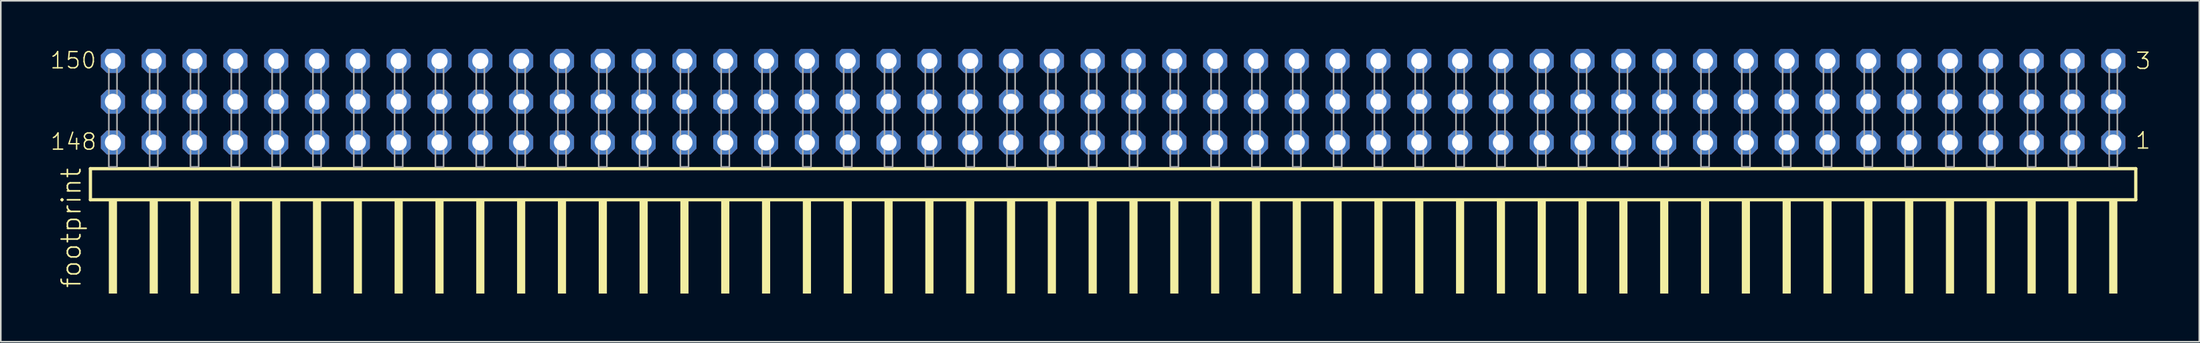
<source format=kicad_pcb>
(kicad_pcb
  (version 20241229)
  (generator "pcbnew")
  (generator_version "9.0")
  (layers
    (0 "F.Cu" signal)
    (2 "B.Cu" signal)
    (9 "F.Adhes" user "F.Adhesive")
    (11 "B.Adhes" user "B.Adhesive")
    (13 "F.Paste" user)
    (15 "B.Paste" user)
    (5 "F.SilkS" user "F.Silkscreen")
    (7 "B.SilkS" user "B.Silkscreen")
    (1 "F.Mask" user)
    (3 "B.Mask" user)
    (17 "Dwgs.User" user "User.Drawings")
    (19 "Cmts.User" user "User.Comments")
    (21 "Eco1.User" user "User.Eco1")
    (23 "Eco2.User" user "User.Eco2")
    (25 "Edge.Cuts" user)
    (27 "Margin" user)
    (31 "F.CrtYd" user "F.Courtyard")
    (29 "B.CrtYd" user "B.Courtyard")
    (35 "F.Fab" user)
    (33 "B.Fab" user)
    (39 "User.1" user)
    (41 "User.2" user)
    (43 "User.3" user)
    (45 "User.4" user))
  (footprint "footprint"
    (layer "F.Cu")
    (at 66.205 7.354)
    (property "Reference" "footprint" (at -64.135 7.62 90) (layer "F.SilkS") (effects (font (size 1.168 1.168) (thickness 0.102)) (justify left bottom)))
    (fp_line (start -63.629 0.106) (end -63.629 2.046) (stroke (width 0.203) (type solid)) (layer "F.SilkS"))
    (fp_line (start -63.629 2.046) (end 63.629 2.046) (stroke (width 0.203) (type solid)) (layer "F.SilkS"))
    (fp_line (start 63.629 0.106) (end -63.629 0.106) (stroke (width 0.203) (type solid)) (layer "F.SilkS"))
    (fp_line (start 63.629 2.046) (end 63.629 0.106) (stroke (width 0.203) (type solid)) (layer "F.SilkS"))
    (fp_poly (pts (xy -62.484 7.89) (xy -61.976 7.89) (xy -61.976 2.04) (xy -62.484 2.04)) (stroke (width 0) (type solid)) (fill yes) (layer "F.SilkS"))
    (fp_poly (pts (xy -59.944 7.89) (xy -59.436 7.89) (xy -59.436 2.04) (xy -59.944 2.04)) (stroke (width 0) (type solid)) (fill yes) (layer "F.SilkS"))
    (fp_poly (pts (xy -57.404 7.89) (xy -56.896 7.89) (xy -56.896 2.04) (xy -57.404 2.04)) (stroke (width 0) (type solid)) (fill yes) (layer "F.SilkS"))
    (fp_poly (pts (xy -54.864 7.89) (xy -54.356 7.89) (xy -54.356 2.04) (xy -54.864 2.04)) (stroke (width 0) (type solid)) (fill yes) (layer "F.SilkS"))
    (fp_poly (pts (xy -52.324 7.89) (xy -51.816 7.89) (xy -51.816 2.04) (xy -52.324 2.04)) (stroke (width 0) (type solid)) (fill yes) (layer "F.SilkS"))
    (fp_poly (pts (xy -49.784 7.89) (xy -49.276 7.89) (xy -49.276 2.04) (xy -49.784 2.04)) (stroke (width 0) (type solid)) (fill yes) (layer "F.SilkS"))
    (fp_poly (pts (xy -47.244 7.89) (xy -46.736 7.89) (xy -46.736 2.04) (xy -47.244 2.04)) (stroke (width 0) (type solid)) (fill yes) (layer "F.SilkS"))
    (fp_poly (pts (xy -44.704 7.89) (xy -44.196 7.89) (xy -44.196 2.04) (xy -44.704 2.04)) (stroke (width 0) (type solid)) (fill yes) (layer "F.SilkS"))
    (fp_poly (pts (xy -42.164 7.89) (xy -41.656 7.89) (xy -41.656 2.04) (xy -42.164 2.04)) (stroke (width 0) (type solid)) (fill yes) (layer "F.SilkS"))
    (fp_poly (pts (xy -39.624 7.89) (xy -39.116 7.89) (xy -39.116 2.04) (xy -39.624 2.04)) (stroke (width 0) (type solid)) (fill yes) (layer "F.SilkS"))
    (fp_poly (pts (xy -37.084 7.89) (xy -36.576 7.89) (xy -36.576 2.04) (xy -37.084 2.04)) (stroke (width 0) (type solid)) (fill yes) (layer "F.SilkS"))
    (fp_poly (pts (xy -34.544 7.89) (xy -34.036 7.89) (xy -34.036 2.04) (xy -34.544 2.04)) (stroke (width 0) (type solid)) (fill yes) (layer "F.SilkS"))
    (fp_poly (pts (xy -32.004 7.89) (xy -31.496 7.89) (xy -31.496 2.04) (xy -32.004 2.04)) (stroke (width 0) (type solid)) (fill yes) (layer "F.SilkS"))
    (fp_poly (pts (xy -29.464 7.89) (xy -28.956 7.89) (xy -28.956 2.04) (xy -29.464 2.04)) (stroke (width 0) (type solid)) (fill yes) (layer "F.SilkS"))
    (fp_poly (pts (xy -26.924 7.89) (xy -26.416 7.89) (xy -26.416 2.04) (xy -26.924 2.04)) (stroke (width 0) (type solid)) (fill yes) (layer "F.SilkS"))
    (fp_poly (pts (xy -24.384 7.89) (xy -23.876 7.89) (xy -23.876 2.04) (xy -24.384 2.04)) (stroke (width 0) (type solid)) (fill yes) (layer "F.SilkS"))
    (fp_poly (pts (xy -21.844 7.89) (xy -21.336 7.89) (xy -21.336 2.04) (xy -21.844 2.04)) (stroke (width 0) (type solid)) (fill yes) (layer "F.SilkS"))
    (fp_poly (pts (xy -19.304 7.89) (xy -18.796 7.89) (xy -18.796 2.04) (xy -19.304 2.04)) (stroke (width 0) (type solid)) (fill yes) (layer "F.SilkS"))
    (fp_poly (pts (xy -16.764 7.89) (xy -16.256 7.89) (xy -16.256 2.04) (xy -16.764 2.04)) (stroke (width 0) (type solid)) (fill yes) (layer "F.SilkS"))
    (fp_poly (pts (xy -14.224 7.89) (xy -13.716 7.89) (xy -13.716 2.04) (xy -14.224 2.04)) (stroke (width 0) (type solid)) (fill yes) (layer "F.SilkS"))
    (fp_poly (pts (xy -11.684 7.89) (xy -11.176 7.89) (xy -11.176 2.04) (xy -11.684 2.04)) (stroke (width 0) (type solid)) (fill yes) (layer "F.SilkS"))
    (fp_poly (pts (xy -9.144 7.89) (xy -8.636 7.89) (xy -8.636 2.04) (xy -9.144 2.04)) (stroke (width 0) (type solid)) (fill yes) (layer "F.SilkS"))
    (fp_poly (pts (xy -6.604 7.89) (xy -6.096 7.89) (xy -6.096 2.04) (xy -6.604 2.04)) (stroke (width 0) (type solid)) (fill yes) (layer "F.SilkS"))
    (fp_poly (pts (xy -4.064 7.89) (xy -3.556 7.89) (xy -3.556 2.04) (xy -4.064 2.04)) (stroke (width 0) (type solid)) (fill yes) (layer "F.SilkS"))
    (fp_poly (pts (xy -1.524 7.89) (xy -1.016 7.89) (xy -1.016 2.04) (xy -1.524 2.04)) (stroke (width 0) (type solid)) (fill yes) (layer "F.SilkS"))
    (fp_poly (pts (xy 1.016 7.89) (xy 1.524 7.89) (xy 1.524 2.04) (xy 1.016 2.04)) (stroke (width 0) (type solid)) (fill yes) (layer "F.SilkS"))
    (fp_poly (pts (xy 3.556 7.89) (xy 4.064 7.89) (xy 4.064 2.04) (xy 3.556 2.04)) (stroke (width 0) (type solid)) (fill yes) (layer "F.SilkS"))
    (fp_poly (pts (xy 6.096 7.89) (xy 6.604 7.89) (xy 6.604 2.04) (xy 6.096 2.04)) (stroke (width 0) (type solid)) (fill yes) (layer "F.SilkS"))
    (fp_poly (pts (xy 8.636 7.89) (xy 9.144 7.89) (xy 9.144 2.04) (xy 8.636 2.04)) (stroke (width 0) (type solid)) (fill yes) (layer "F.SilkS"))
    (fp_poly (pts (xy 11.176 7.89) (xy 11.684 7.89) (xy 11.684 2.04) (xy 11.176 2.04)) (stroke (width 0) (type solid)) (fill yes) (layer "F.SilkS"))
    (fp_poly (pts (xy 13.716 7.89) (xy 14.224 7.89) (xy 14.224 2.04) (xy 13.716 2.04)) (stroke (width 0) (type solid)) (fill yes) (layer "F.SilkS"))
    (fp_poly (pts (xy 16.256 7.89) (xy 16.764 7.89) (xy 16.764 2.04) (xy 16.256 2.04)) (stroke (width 0) (type solid)) (fill yes) (layer "F.SilkS"))
    (fp_poly (pts (xy 18.796 7.89) (xy 19.304 7.89) (xy 19.304 2.04) (xy 18.796 2.04)) (stroke (width 0) (type solid)) (fill yes) (layer "F.SilkS"))
    (fp_poly (pts (xy 21.336 7.89) (xy 21.844 7.89) (xy 21.844 2.04) (xy 21.336 2.04)) (stroke (width 0) (type solid)) (fill yes) (layer "F.SilkS"))
    (fp_poly (pts (xy 23.876 7.89) (xy 24.384 7.89) (xy 24.384 2.04) (xy 23.876 2.04)) (stroke (width 0) (type solid)) (fill yes) (layer "F.SilkS"))
    (fp_poly (pts (xy 26.416 7.89) (xy 26.924 7.89) (xy 26.924 2.04) (xy 26.416 2.04)) (stroke (width 0) (type solid)) (fill yes) (layer "F.SilkS"))
    (fp_poly (pts (xy 28.956 7.89) (xy 29.464 7.89) (xy 29.464 2.04) (xy 28.956 2.04)) (stroke (width 0) (type solid)) (fill yes) (layer "F.SilkS"))
    (fp_poly (pts (xy 31.496 7.89) (xy 32.004 7.89) (xy 32.004 2.04) (xy 31.496 2.04)) (stroke (width 0) (type solid)) (fill yes) (layer "F.SilkS"))
    (fp_poly (pts (xy 34.036 7.89) (xy 34.544 7.89) (xy 34.544 2.04) (xy 34.036 2.04)) (stroke (width 0) (type solid)) (fill yes) (layer "F.SilkS"))
    (fp_poly (pts (xy 36.576 7.89) (xy 37.084 7.89) (xy 37.084 2.04) (xy 36.576 2.04)) (stroke (width 0) (type solid)) (fill yes) (layer "F.SilkS"))
    (fp_poly (pts (xy 39.116 7.89) (xy 39.624 7.89) (xy 39.624 2.04) (xy 39.116 2.04)) (stroke (width 0) (type solid)) (fill yes) (layer "F.SilkS"))
    (fp_poly (pts (xy 41.656 7.89) (xy 42.164 7.89) (xy 42.164 2.04) (xy 41.656 2.04)) (stroke (width 0) (type solid)) (fill yes) (layer "F.SilkS"))
    (fp_poly (pts (xy 44.196 7.89) (xy 44.704 7.89) (xy 44.704 2.04) (xy 44.196 2.04)) (stroke (width 0) (type solid)) (fill yes) (layer "F.SilkS"))
    (fp_poly (pts (xy 46.736 7.89) (xy 47.244 7.89) (xy 47.244 2.04) (xy 46.736 2.04)) (stroke (width 0) (type solid)) (fill yes) (layer "F.SilkS"))
    (fp_poly (pts (xy 49.276 7.89) (xy 49.784 7.89) (xy 49.784 2.04) (xy 49.276 2.04)) (stroke (width 0) (type solid)) (fill yes) (layer "F.SilkS"))
    (fp_poly (pts (xy 51.816 7.89) (xy 52.324 7.89) (xy 52.324 2.04) (xy 51.816 2.04)) (stroke (width 0) (type solid)) (fill yes) (layer "F.SilkS"))
    (fp_poly (pts (xy 54.356 7.89) (xy 54.864 7.89) (xy 54.864 2.04) (xy 54.356 2.04)) (stroke (width 0) (type solid)) (fill yes) (layer "F.SilkS"))
    (fp_poly (pts (xy 56.896 7.89) (xy 57.404 7.89) (xy 57.404 2.04) (xy 56.896 2.04)) (stroke (width 0) (type solid)) (fill yes) (layer "F.SilkS"))
    (fp_poly (pts (xy 59.436 7.89) (xy 59.944 7.89) (xy 59.944 2.04) (xy 59.436 2.04)) (stroke (width 0) (type solid)) (fill yes) (layer "F.SilkS"))
    (fp_poly (pts (xy 61.976 7.89) (xy 62.484 7.89) (xy 62.484 2.04) (xy 61.976 2.04)) (stroke (width 0) (type solid)) (fill yes) (layer "F.SilkS"))
    (fp_poly (pts (xy -62.484 0) (xy -61.976 0) (xy -61.976 -6.858) (xy -62.484 -6.858)) (stroke (width 0.1) (type solid)) (fill no) (layer "F.Fab"))
    (fp_poly (pts (xy -59.944 0) (xy -59.436 0) (xy -59.436 -6.858) (xy -59.944 -6.858)) (stroke (width 0.1) (type solid)) (fill no) (layer "F.Fab"))
    (fp_poly (pts (xy -57.404 0) (xy -56.896 0) (xy -56.896 -6.858) (xy -57.404 -6.858)) (stroke (width 0.1) (type solid)) (fill no) (layer "F.Fab"))
    (fp_poly (pts (xy -54.864 0) (xy -54.356 0) (xy -54.356 -6.858) (xy -54.864 -6.858)) (stroke (width 0.1) (type solid)) (fill no) (layer "F.Fab"))
    (fp_poly (pts (xy -52.324 0) (xy -51.816 0) (xy -51.816 -6.858) (xy -52.324 -6.858)) (stroke (width 0.1) (type solid)) (fill no) (layer "F.Fab"))
    (fp_poly (pts (xy -49.784 0) (xy -49.276 0) (xy -49.276 -6.858) (xy -49.784 -6.858)) (stroke (width 0.1) (type solid)) (fill no) (layer "F.Fab"))
    (fp_poly (pts (xy -47.244 0) (xy -46.736 0) (xy -46.736 -6.858) (xy -47.244 -6.858)) (stroke (width 0.1) (type solid)) (fill no) (layer "F.Fab"))
    (fp_poly (pts (xy -44.704 0) (xy -44.196 0) (xy -44.196 -6.858) (xy -44.704 -6.858)) (stroke (width 0.1) (type solid)) (fill no) (layer "F.Fab"))
    (fp_poly (pts (xy -42.164 0) (xy -41.656 0) (xy -41.656 -6.858) (xy -42.164 -6.858)) (stroke (width 0.1) (type solid)) (fill no) (layer "F.Fab"))
    (fp_poly (pts (xy -39.624 0) (xy -39.116 0) (xy -39.116 -6.858) (xy -39.624 -6.858)) (stroke (width 0.1) (type solid)) (fill no) (layer "F.Fab"))
    (fp_poly (pts (xy -37.084 0) (xy -36.576 0) (xy -36.576 -6.858) (xy -37.084 -6.858)) (stroke (width 0.1) (type solid)) (fill no) (layer "F.Fab"))
    (fp_poly (pts (xy -34.544 0) (xy -34.036 0) (xy -34.036 -6.858) (xy -34.544 -6.858)) (stroke (width 0.1) (type solid)) (fill no) (layer "F.Fab"))
    (fp_poly (pts (xy -32.004 0) (xy -31.496 0) (xy -31.496 -6.858) (xy -32.004 -6.858)) (stroke (width 0.1) (type solid)) (fill no) (layer "F.Fab"))
    (fp_poly (pts (xy -29.464 0) (xy -28.956 0) (xy -28.956 -6.858) (xy -29.464 -6.858)) (stroke (width 0.1) (type solid)) (fill no) (layer "F.Fab"))
    (fp_poly (pts (xy -26.924 0) (xy -26.416 0) (xy -26.416 -6.858) (xy -26.924 -6.858)) (stroke (width 0.1) (type solid)) (fill no) (layer "F.Fab"))
    (fp_poly (pts (xy -24.384 0) (xy -23.876 0) (xy -23.876 -6.858) (xy -24.384 -6.858)) (stroke (width 0.1) (type solid)) (fill no) (layer "F.Fab"))
    (fp_poly (pts (xy -21.844 0) (xy -21.336 0) (xy -21.336 -6.858) (xy -21.844 -6.858)) (stroke (width 0.1) (type solid)) (fill no) (layer "F.Fab"))
    (fp_poly (pts (xy -19.304 0) (xy -18.796 0) (xy -18.796 -6.858) (xy -19.304 -6.858)) (stroke (width 0.1) (type solid)) (fill no) (layer "F.Fab"))
    (fp_poly (pts (xy -16.764 0) (xy -16.256 0) (xy -16.256 -6.858) (xy -16.764 -6.858)) (stroke (width 0.1) (type solid)) (fill no) (layer "F.Fab"))
    (fp_poly (pts (xy -14.224 0) (xy -13.716 0) (xy -13.716 -6.858) (xy -14.224 -6.858)) (stroke (width 0.1) (type solid)) (fill no) (layer "F.Fab"))
    (fp_poly (pts (xy -11.684 0) (xy -11.176 0) (xy -11.176 -6.858) (xy -11.684 -6.858)) (stroke (width 0.1) (type solid)) (fill no) (layer "F.Fab"))
    (fp_poly (pts (xy -9.144 0) (xy -8.636 0) (xy -8.636 -6.858) (xy -9.144 -6.858)) (stroke (width 0.1) (type solid)) (fill no) (layer "F.Fab"))
    (fp_poly (pts (xy -6.604 0) (xy -6.096 0) (xy -6.096 -6.858) (xy -6.604 -6.858)) (stroke (width 0.1) (type solid)) (fill no) (layer "F.Fab"))
    (fp_poly (pts (xy -4.064 0) (xy -3.556 0) (xy -3.556 -6.858) (xy -4.064 -6.858)) (stroke (width 0.1) (type solid)) (fill no) (layer "F.Fab"))
    (fp_poly (pts (xy -1.524 0) (xy -1.016 0) (xy -1.016 -6.858) (xy -1.524 -6.858)) (stroke (width 0.1) (type solid)) (fill no) (layer "F.Fab"))
    (fp_poly (pts (xy 1.016 0) (xy 1.524 0) (xy 1.524 -6.858) (xy 1.016 -6.858)) (stroke (width 0.1) (type solid)) (fill no) (layer "F.Fab"))
    (fp_poly (pts (xy 3.556 0) (xy 4.064 0) (xy 4.064 -6.858) (xy 3.556 -6.858)) (stroke (width 0.1) (type solid)) (fill no) (layer "F.Fab"))
    (fp_poly (pts (xy 6.096 0) (xy 6.604 0) (xy 6.604 -6.858) (xy 6.096 -6.858)) (stroke (width 0.1) (type solid)) (fill no) (layer "F.Fab"))
    (fp_poly (pts (xy 8.636 0) (xy 9.144 0) (xy 9.144 -6.858) (xy 8.636 -6.858)) (stroke (width 0.1) (type solid)) (fill no) (layer "F.Fab"))
    (fp_poly (pts (xy 11.176 0) (xy 11.684 0) (xy 11.684 -6.858) (xy 11.176 -6.858)) (stroke (width 0.1) (type solid)) (fill no) (layer "F.Fab"))
    (fp_poly (pts (xy 13.716 0) (xy 14.224 0) (xy 14.224 -6.858) (xy 13.716 -6.858)) (stroke (width 0.1) (type solid)) (fill no) (layer "F.Fab"))
    (fp_poly (pts (xy 16.256 0) (xy 16.764 0) (xy 16.764 -6.858) (xy 16.256 -6.858)) (stroke (width 0.1) (type solid)) (fill no) (layer "F.Fab"))
    (fp_poly (pts (xy 18.796 0) (xy 19.304 0) (xy 19.304 -6.858) (xy 18.796 -6.858)) (stroke (width 0.1) (type solid)) (fill no) (layer "F.Fab"))
    (fp_poly (pts (xy 21.336 0) (xy 21.844 0) (xy 21.844 -6.858) (xy 21.336 -6.858)) (stroke (width 0.1) (type solid)) (fill no) (layer "F.Fab"))
    (fp_poly (pts (xy 23.876 0) (xy 24.384 0) (xy 24.384 -6.858) (xy 23.876 -6.858)) (stroke (width 0.1) (type solid)) (fill no) (layer "F.Fab"))
    (fp_poly (pts (xy 26.416 0) (xy 26.924 0) (xy 26.924 -6.858) (xy 26.416 -6.858)) (stroke (width 0.1) (type solid)) (fill no) (layer "F.Fab"))
    (fp_poly (pts (xy 28.956 0) (xy 29.464 0) (xy 29.464 -6.858) (xy 28.956 -6.858)) (stroke (width 0.1) (type solid)) (fill no) (layer "F.Fab"))
    (fp_poly (pts (xy 31.496 0) (xy 32.004 0) (xy 32.004 -6.858) (xy 31.496 -6.858)) (stroke (width 0.1) (type solid)) (fill no) (layer "F.Fab"))
    (fp_poly (pts (xy 34.036 0) (xy 34.544 0) (xy 34.544 -6.858) (xy 34.036 -6.858)) (stroke (width 0.1) (type solid)) (fill no) (layer "F.Fab"))
    (fp_poly (pts (xy 36.576 0) (xy 37.084 0) (xy 37.084 -6.858) (xy 36.576 -6.858)) (stroke (width 0.1) (type solid)) (fill no) (layer "F.Fab"))
    (fp_poly (pts (xy 39.116 0) (xy 39.624 0) (xy 39.624 -6.858) (xy 39.116 -6.858)) (stroke (width 0.1) (type solid)) (fill no) (layer "F.Fab"))
    (fp_poly (pts (xy 41.656 0) (xy 42.164 0) (xy 42.164 -6.858) (xy 41.656 -6.858)) (stroke (width 0.1) (type solid)) (fill no) (layer "F.Fab"))
    (fp_poly (pts (xy 44.196 0) (xy 44.704 0) (xy 44.704 -6.858) (xy 44.196 -6.858)) (stroke (width 0.1) (type solid)) (fill no) (layer "F.Fab"))
    (fp_poly (pts (xy 46.736 0) (xy 47.244 0) (xy 47.244 -6.858) (xy 46.736 -6.858)) (stroke (width 0.1) (type solid)) (fill no) (layer "F.Fab"))
    (fp_poly (pts (xy 49.276 0) (xy 49.784 0) (xy 49.784 -6.858) (xy 49.276 -6.858)) (stroke (width 0.1) (type solid)) (fill no) (layer "F.Fab"))
    (fp_poly (pts (xy 51.816 0) (xy 52.324 0) (xy 52.324 -6.858) (xy 51.816 -6.858)) (stroke (width 0.1) (type solid)) (fill no) (layer "F.Fab"))
    (fp_poly (pts (xy 54.356 0) (xy 54.864 0) (xy 54.864 -6.858) (xy 54.356 -6.858)) (stroke (width 0.1) (type solid)) (fill no) (layer "F.Fab"))
    (fp_poly (pts (xy 56.896 0) (xy 57.404 0) (xy 57.404 -6.858) (xy 56.896 -6.858)) (stroke (width 0.1) (type solid)) (fill no) (layer "F.Fab"))
    (fp_poly (pts (xy 59.436 0) (xy 59.944 0) (xy 59.944 -6.858) (xy 59.436 -6.858)) (stroke (width 0.1) (type solid)) (fill no) (layer "F.Fab"))
    (fp_poly (pts (xy 61.976 0) (xy 62.484 0) (xy 62.484 -6.858) (xy 61.976 -6.858)) (stroke (width 0.1) (type solid)) (fill no) (layer "F.Fab"))
    (fp_text user "148" (at -66.185 -0.98 0) (layer "F.SilkS") (effects (font (size 1.012 1.012) (thickness 0.088)) (justify left bottom)))
    (fp_text user "150" (at -66.205 -6.05 0) (layer "F.SilkS") (effects (font (size 1.012 1.012) (thickness 0.088)) (justify left bottom)))
    (fp_text user "1" (at 63.54 -1.05 0) (layer "F.SilkS") (effects (font (size 1.012 1.012) (thickness 0.088)) (justify left bottom)))
    (fp_text user "3" (at 63.555 -6.015 0) (layer "F.SilkS") (effects (font (size 1.012 1.012) (thickness 0.088)) (justify left bottom)))
    (pad "1" thru_hole roundrect (at 62.23 -1.524 180) (size 1.5 1.5) (drill 1) (layers "*.Cu" "*.Mask") (roundrect_rratio 0.25) (chamfer_ratio 0.25) (chamfer top_left top_right bottom_left bottom_right))
    (pad "2" thru_hole roundrect (at 62.23 -4.064 180) (size 1.5 1.5) (drill 1) (layers "*.Cu" "*.Mask") (roundrect_rratio 0.25) (chamfer_ratio 0.25) (chamfer top_left top_right bottom_left bottom_right))
    (pad "3" thru_hole roundrect (at 62.23 -6.604 180) (size 1.5 1.5) (drill 1) (layers "*.Cu" "*.Mask") (roundrect_rratio 0.25) (chamfer_ratio 0.25) (chamfer top_left top_right bottom_left bottom_right))
    (pad "4" thru_hole roundrect (at 59.69 -1.524 180) (size 1.5 1.5) (drill 1) (layers "*.Cu" "*.Mask") (roundrect_rratio 0.25) (chamfer_ratio 0.25) (chamfer top_left top_right bottom_left bottom_right))
    (pad "5" thru_hole roundrect (at 59.69 -4.064 180) (size 1.5 1.5) (drill 1) (layers "*.Cu" "*.Mask") (roundrect_rratio 0.25) (chamfer_ratio 0.25) (chamfer top_left top_right bottom_left bottom_right))
    (pad "6" thru_hole roundrect (at 59.69 -6.604 180) (size 1.5 1.5) (drill 1) (layers "*.Cu" "*.Mask") (roundrect_rratio 0.25) (chamfer_ratio 0.25) (chamfer top_left top_right bottom_left bottom_right))
    (pad "7" thru_hole roundrect (at 57.15 -1.524 180) (size 1.5 1.5) (drill 1) (layers "*.Cu" "*.Mask") (roundrect_rratio 0.25) (chamfer_ratio 0.25) (chamfer top_left top_right bottom_left bottom_right))
    (pad "8" thru_hole roundrect (at 57.15 -4.064 180) (size 1.5 1.5) (drill 1) (layers "*.Cu" "*.Mask") (roundrect_rratio 0.25) (chamfer_ratio 0.25) (chamfer top_left top_right bottom_left bottom_right))
    (pad "9" thru_hole roundrect (at 57.15 -6.604 180) (size 1.5 1.5) (drill 1) (layers "*.Cu" "*.Mask") (roundrect_rratio 0.25) (chamfer_ratio 0.25) (chamfer top_left top_right bottom_left bottom_right))
    (pad "10" thru_hole roundrect (at 54.61 -1.524 180) (size 1.5 1.5) (drill 1) (layers "*.Cu" "*.Mask") (roundrect_rratio 0.25) (chamfer_ratio 0.25) (chamfer top_left top_right bottom_left bottom_right))
    (pad "11" thru_hole roundrect (at 54.61 -4.064 180) (size 1.5 1.5) (drill 1) (layers "*.Cu" "*.Mask") (roundrect_rratio 0.25) (chamfer_ratio 0.25) (chamfer top_left top_right bottom_left bottom_right))
    (pad "12" thru_hole roundrect (at 54.61 -6.604 180) (size 1.5 1.5) (drill 1) (layers "*.Cu" "*.Mask") (roundrect_rratio 0.25) (chamfer_ratio 0.25) (chamfer top_left top_right bottom_left bottom_right))
    (pad "13" thru_hole roundrect (at 52.07 -1.524 180) (size 1.5 1.5) (drill 1) (layers "*.Cu" "*.Mask") (roundrect_rratio 0.25) (chamfer_ratio 0.25) (chamfer top_left top_right bottom_left bottom_right))
    (pad "14" thru_hole roundrect (at 52.07 -4.064 180) (size 1.5 1.5) (drill 1) (layers "*.Cu" "*.Mask") (roundrect_rratio 0.25) (chamfer_ratio 0.25) (chamfer top_left top_right bottom_left bottom_right))
    (pad "15" thru_hole roundrect (at 52.07 -6.604 180) (size 1.5 1.5) (drill 1) (layers "*.Cu" "*.Mask") (roundrect_rratio 0.25) (chamfer_ratio 0.25) (chamfer top_left top_right bottom_left bottom_right))
    (pad "16" thru_hole roundrect (at 49.53 -1.524 180) (size 1.5 1.5) (drill 1) (layers "*.Cu" "*.Mask") (roundrect_rratio 0.25) (chamfer_ratio 0.25) (chamfer top_left top_right bottom_left bottom_right))
    (pad "17" thru_hole roundrect (at 49.53 -4.064 180) (size 1.5 1.5) (drill 1) (layers "*.Cu" "*.Mask") (roundrect_rratio 0.25) (chamfer_ratio 0.25) (chamfer top_left top_right bottom_left bottom_right))
    (pad "18" thru_hole roundrect (at 49.53 -6.604 180) (size 1.5 1.5) (drill 1) (layers "*.Cu" "*.Mask") (roundrect_rratio 0.25) (chamfer_ratio 0.25) (chamfer top_left top_right bottom_left bottom_right))
    (pad "19" thru_hole roundrect (at 46.99 -1.524 180) (size 1.5 1.5) (drill 1) (layers "*.Cu" "*.Mask") (roundrect_rratio 0.25) (chamfer_ratio 0.25) (chamfer top_left top_right bottom_left bottom_right))
    (pad "20" thru_hole roundrect (at 46.99 -4.064 180) (size 1.5 1.5) (drill 1) (layers "*.Cu" "*.Mask") (roundrect_rratio 0.25) (chamfer_ratio 0.25) (chamfer top_left top_right bottom_left bottom_right))
    (pad "21" thru_hole roundrect (at 46.99 -6.604 180) (size 1.5 1.5) (drill 1) (layers "*.Cu" "*.Mask") (roundrect_rratio 0.25) (chamfer_ratio 0.25) (chamfer top_left top_right bottom_left bottom_right))
    (pad "22" thru_hole roundrect (at 44.45 -1.524 180) (size 1.5 1.5) (drill 1) (layers "*.Cu" "*.Mask") (roundrect_rratio 0.25) (chamfer_ratio 0.25) (chamfer top_left top_right bottom_left bottom_right))
    (pad "23" thru_hole roundrect (at 44.45 -4.064 180) (size 1.5 1.5) (drill 1) (layers "*.Cu" "*.Mask") (roundrect_rratio 0.25) (chamfer_ratio 0.25) (chamfer top_left top_right bottom_left bottom_right))
    (pad "24" thru_hole roundrect (at 44.45 -6.604 180) (size 1.5 1.5) (drill 1) (layers "*.Cu" "*.Mask") (roundrect_rratio 0.25) (chamfer_ratio 0.25) (chamfer top_left top_right bottom_left bottom_right))
    (pad "25" thru_hole roundrect (at 41.91 -1.524 180) (size 1.5 1.5) (drill 1) (layers "*.Cu" "*.Mask") (roundrect_rratio 0.25) (chamfer_ratio 0.25) (chamfer top_left top_right bottom_left bottom_right))
    (pad "26" thru_hole roundrect (at 41.91 -4.064 180) (size 1.5 1.5) (drill 1) (layers "*.Cu" "*.Mask") (roundrect_rratio 0.25) (chamfer_ratio 0.25) (chamfer top_left top_right bottom_left bottom_right))
    (pad "27" thru_hole roundrect (at 41.91 -6.604 180) (size 1.5 1.5) (drill 1) (layers "*.Cu" "*.Mask") (roundrect_rratio 0.25) (chamfer_ratio 0.25) (chamfer top_left top_right bottom_left bottom_right))
    (pad "28" thru_hole roundrect (at 39.37 -1.524 180) (size 1.5 1.5) (drill 1) (layers "*.Cu" "*.Mask") (roundrect_rratio 0.25) (chamfer_ratio 0.25) (chamfer top_left top_right bottom_left bottom_right))
    (pad "29" thru_hole roundrect (at 39.37 -4.064 180) (size 1.5 1.5) (drill 1) (layers "*.Cu" "*.Mask") (roundrect_rratio 0.25) (chamfer_ratio 0.25) (chamfer top_left top_right bottom_left bottom_right))
    (pad "30" thru_hole roundrect (at 39.37 -6.604 180) (size 1.5 1.5) (drill 1) (layers "*.Cu" "*.Mask") (roundrect_rratio 0.25) (chamfer_ratio 0.25) (chamfer top_left top_right bottom_left bottom_right))
    (pad "31" thru_hole roundrect (at 36.83 -1.524 180) (size 1.5 1.5) (drill 1) (layers "*.Cu" "*.Mask") (roundrect_rratio 0.25) (chamfer_ratio 0.25) (chamfer top_left top_right bottom_left bottom_right))
    (pad "32" thru_hole roundrect (at 36.83 -4.064 180) (size 1.5 1.5) (drill 1) (layers "*.Cu" "*.Mask") (roundrect_rratio 0.25) (chamfer_ratio 0.25) (chamfer top_left top_right bottom_left bottom_right))
    (pad "33" thru_hole roundrect (at 36.83 -6.604 180) (size 1.5 1.5) (drill 1) (layers "*.Cu" "*.Mask") (roundrect_rratio 0.25) (chamfer_ratio 0.25) (chamfer top_left top_right bottom_left bottom_right))
    (pad "34" thru_hole roundrect (at 34.29 -1.524 180) (size 1.5 1.5) (drill 1) (layers "*.Cu" "*.Mask") (roundrect_rratio 0.25) (chamfer_ratio 0.25) (chamfer top_left top_right bottom_left bottom_right))
    (pad "35" thru_hole roundrect (at 34.29 -4.064 180) (size 1.5 1.5) (drill 1) (layers "*.Cu" "*.Mask") (roundrect_rratio 0.25) (chamfer_ratio 0.25) (chamfer top_left top_right bottom_left bottom_right))
    (pad "36" thru_hole roundrect (at 34.29 -6.604 180) (size 1.5 1.5) (drill 1) (layers "*.Cu" "*.Mask") (roundrect_rratio 0.25) (chamfer_ratio 0.25) (chamfer top_left top_right bottom_left bottom_right))
    (pad "37" thru_hole roundrect (at 31.75 -1.524 180) (size 1.5 1.5) (drill 1) (layers "*.Cu" "*.Mask") (roundrect_rratio 0.25) (chamfer_ratio 0.25) (chamfer top_left top_right bottom_left bottom_right))
    (pad "38" thru_hole roundrect (at 31.75 -4.064 180) (size 1.5 1.5) (drill 1) (layers "*.Cu" "*.Mask") (roundrect_rratio 0.25) (chamfer_ratio 0.25) (chamfer top_left top_right bottom_left bottom_right))
    (pad "39" thru_hole roundrect (at 31.75 -6.604 180) (size 1.5 1.5) (drill 1) (layers "*.Cu" "*.Mask") (roundrect_rratio 0.25) (chamfer_ratio 0.25) (chamfer top_left top_right bottom_left bottom_right))
    (pad "40" thru_hole roundrect (at 29.21 -1.524 180) (size 1.5 1.5) (drill 1) (layers "*.Cu" "*.Mask") (roundrect_rratio 0.25) (chamfer_ratio 0.25) (chamfer top_left top_right bottom_left bottom_right))
    (pad "41" thru_hole roundrect (at 29.21 -4.064 180) (size 1.5 1.5) (drill 1) (layers "*.Cu" "*.Mask") (roundrect_rratio 0.25) (chamfer_ratio 0.25) (chamfer top_left top_right bottom_left bottom_right))
    (pad "42" thru_hole roundrect (at 29.21 -6.604 180) (size 1.5 1.5) (drill 1) (layers "*.Cu" "*.Mask") (roundrect_rratio 0.25) (chamfer_ratio 0.25) (chamfer top_left top_right bottom_left bottom_right))
    (pad "43" thru_hole roundrect (at 26.67 -1.524 180) (size 1.5 1.5) (drill 1) (layers "*.Cu" "*.Mask") (roundrect_rratio 0.25) (chamfer_ratio 0.25) (chamfer top_left top_right bottom_left bottom_right))
    (pad "44" thru_hole roundrect (at 26.67 -4.064 180) (size 1.5 1.5) (drill 1) (layers "*.Cu" "*.Mask") (roundrect_rratio 0.25) (chamfer_ratio 0.25) (chamfer top_left top_right bottom_left bottom_right))
    (pad "45" thru_hole roundrect (at 26.67 -6.604 180) (size 1.5 1.5) (drill 1) (layers "*.Cu" "*.Mask") (roundrect_rratio 0.25) (chamfer_ratio 0.25) (chamfer top_left top_right bottom_left bottom_right))
    (pad "46" thru_hole roundrect (at 24.13 -1.524 180) (size 1.5 1.5) (drill 1) (layers "*.Cu" "*.Mask") (roundrect_rratio 0.25) (chamfer_ratio 0.25) (chamfer top_left top_right bottom_left bottom_right))
    (pad "47" thru_hole roundrect (at 24.13 -4.064 180) (size 1.5 1.5) (drill 1) (layers "*.Cu" "*.Mask") (roundrect_rratio 0.25) (chamfer_ratio 0.25) (chamfer top_left top_right bottom_left bottom_right))
    (pad "48" thru_hole roundrect (at 24.13 -6.604 180) (size 1.5 1.5) (drill 1) (layers "*.Cu" "*.Mask") (roundrect_rratio 0.25) (chamfer_ratio 0.25) (chamfer top_left top_right bottom_left bottom_right))
    (pad "49" thru_hole roundrect (at 21.59 -1.524 180) (size 1.5 1.5) (drill 1) (layers "*.Cu" "*.Mask") (roundrect_rratio 0.25) (chamfer_ratio 0.25) (chamfer top_left top_right bottom_left bottom_right))
    (pad "50" thru_hole roundrect (at 21.59 -4.064 180) (size 1.5 1.5) (drill 1) (layers "*.Cu" "*.Mask") (roundrect_rratio 0.25) (chamfer_ratio 0.25) (chamfer top_left top_right bottom_left bottom_right))
    (pad "51" thru_hole roundrect (at 21.59 -6.604 180) (size 1.5 1.5) (drill 1) (layers "*.Cu" "*.Mask") (roundrect_rratio 0.25) (chamfer_ratio 0.25) (chamfer top_left top_right bottom_left bottom_right))
    (pad "52" thru_hole roundrect (at 19.05 -1.524 180) (size 1.5 1.5) (drill 1) (layers "*.Cu" "*.Mask") (roundrect_rratio 0.25) (chamfer_ratio 0.25) (chamfer top_left top_right bottom_left bottom_right))
    (pad "53" thru_hole roundrect (at 19.05 -4.064 180) (size 1.5 1.5) (drill 1) (layers "*.Cu" "*.Mask") (roundrect_rratio 0.25) (chamfer_ratio 0.25) (chamfer top_left top_right bottom_left bottom_right))
    (pad "54" thru_hole roundrect (at 19.05 -6.604 180) (size 1.5 1.5) (drill 1) (layers "*.Cu" "*.Mask") (roundrect_rratio 0.25) (chamfer_ratio 0.25) (chamfer top_left top_right bottom_left bottom_right))
    (pad "55" thru_hole roundrect (at 16.51 -1.524 180) (size 1.5 1.5) (drill 1) (layers "*.Cu" "*.Mask") (roundrect_rratio 0.25) (chamfer_ratio 0.25) (chamfer top_left top_right bottom_left bottom_right))
    (pad "56" thru_hole roundrect (at 16.51 -4.064 180) (size 1.5 1.5) (drill 1) (layers "*.Cu" "*.Mask") (roundrect_rratio 0.25) (chamfer_ratio 0.25) (chamfer top_left top_right bottom_left bottom_right))
    (pad "57" thru_hole roundrect (at 16.51 -6.604 180) (size 1.5 1.5) (drill 1) (layers "*.Cu" "*.Mask") (roundrect_rratio 0.25) (chamfer_ratio 0.25) (chamfer top_left top_right bottom_left bottom_right))
    (pad "58" thru_hole roundrect (at 13.97 -1.524 180) (size 1.5 1.5) (drill 1) (layers "*.Cu" "*.Mask") (roundrect_rratio 0.25) (chamfer_ratio 0.25) (chamfer top_left top_right bottom_left bottom_right))
    (pad "59" thru_hole roundrect (at 13.97 -4.064 180) (size 1.5 1.5) (drill 1) (layers "*.Cu" "*.Mask") (roundrect_rratio 0.25) (chamfer_ratio 0.25) (chamfer top_left top_right bottom_left bottom_right))
    (pad "60" thru_hole roundrect (at 13.97 -6.604 180) (size 1.5 1.5) (drill 1) (layers "*.Cu" "*.Mask") (roundrect_rratio 0.25) (chamfer_ratio 0.25) (chamfer top_left top_right bottom_left bottom_right))
    (pad "61" thru_hole roundrect (at 11.43 -1.524 180) (size 1.5 1.5) (drill 1) (layers "*.Cu" "*.Mask") (roundrect_rratio 0.25) (chamfer_ratio 0.25) (chamfer top_left top_right bottom_left bottom_right))
    (pad "62" thru_hole roundrect (at 11.43 -4.064 180) (size 1.5 1.5) (drill 1) (layers "*.Cu" "*.Mask") (roundrect_rratio 0.25) (chamfer_ratio 0.25) (chamfer top_left top_right bottom_left bottom_right))
    (pad "63" thru_hole roundrect (at 11.43 -6.604 180) (size 1.5 1.5) (drill 1) (layers "*.Cu" "*.Mask") (roundrect_rratio 0.25) (chamfer_ratio 0.25) (chamfer top_left top_right bottom_left bottom_right))
    (pad "64" thru_hole roundrect (at 8.89 -1.524 180) (size 1.5 1.5) (drill 1) (layers "*.Cu" "*.Mask") (roundrect_rratio 0.25) (chamfer_ratio 0.25) (chamfer top_left top_right bottom_left bottom_right))
    (pad "65" thru_hole roundrect (at 8.89 -4.064 180) (size 1.5 1.5) (drill 1) (layers "*.Cu" "*.Mask") (roundrect_rratio 0.25) (chamfer_ratio 0.25) (chamfer top_left top_right bottom_left bottom_right))
    (pad "66" thru_hole roundrect (at 8.89 -6.604 180) (size 1.5 1.5) (drill 1) (layers "*.Cu" "*.Mask") (roundrect_rratio 0.25) (chamfer_ratio 0.25) (chamfer top_left top_right bottom_left bottom_right))
    (pad "67" thru_hole roundrect (at 6.35 -1.524 180) (size 1.5 1.5) (drill 1) (layers "*.Cu" "*.Mask") (roundrect_rratio 0.25) (chamfer_ratio 0.25) (chamfer top_left top_right bottom_left bottom_right))
    (pad "68" thru_hole roundrect (at 6.35 -4.064 180) (size 1.5 1.5) (drill 1) (layers "*.Cu" "*.Mask") (roundrect_rratio 0.25) (chamfer_ratio 0.25) (chamfer top_left top_right bottom_left bottom_right))
    (pad "69" thru_hole roundrect (at 6.35 -6.604 180) (size 1.5 1.5) (drill 1) (layers "*.Cu" "*.Mask") (roundrect_rratio 0.25) (chamfer_ratio 0.25) (chamfer top_left top_right bottom_left bottom_right))
    (pad "70" thru_hole roundrect (at 3.81 -1.524 180) (size 1.5 1.5) (drill 1) (layers "*.Cu" "*.Mask") (roundrect_rratio 0.25) (chamfer_ratio 0.25) (chamfer top_left top_right bottom_left bottom_right))
    (pad "71" thru_hole roundrect (at 3.81 -4.064 180) (size 1.5 1.5) (drill 1) (layers "*.Cu" "*.Mask") (roundrect_rratio 0.25) (chamfer_ratio 0.25) (chamfer top_left top_right bottom_left bottom_right))
    (pad "72" thru_hole roundrect (at 3.81 -6.604 180) (size 1.5 1.5) (drill 1) (layers "*.Cu" "*.Mask") (roundrect_rratio 0.25) (chamfer_ratio 0.25) (chamfer top_left top_right bottom_left bottom_right))
    (pad "73" thru_hole roundrect (at 1.27 -1.524 180) (size 1.5 1.5) (drill 1) (layers "*.Cu" "*.Mask") (roundrect_rratio 0.25) (chamfer_ratio 0.25) (chamfer top_left top_right bottom_left bottom_right))
    (pad "74" thru_hole roundrect (at 1.27 -4.064 180) (size 1.5 1.5) (drill 1) (layers "*.Cu" "*.Mask") (roundrect_rratio 0.25) (chamfer_ratio 0.25) (chamfer top_left top_right bottom_left bottom_right))
    (pad "75" thru_hole roundrect (at 1.27 -6.604 180) (size 1.5 1.5) (drill 1) (layers "*.Cu" "*.Mask") (roundrect_rratio 0.25) (chamfer_ratio 0.25) (chamfer top_left top_right bottom_left bottom_right))
    (pad "76" thru_hole roundrect (at -1.27 -1.524 180) (size 1.5 1.5) (drill 1) (layers "*.Cu" "*.Mask") (roundrect_rratio 0.25) (chamfer_ratio 0.25) (chamfer top_left top_right bottom_left bottom_right))
    (pad "77" thru_hole roundrect (at -1.27 -4.064 180) (size 1.5 1.5) (drill 1) (layers "*.Cu" "*.Mask") (roundrect_rratio 0.25) (chamfer_ratio 0.25) (chamfer top_left top_right bottom_left bottom_right))
    (pad "78" thru_hole roundrect (at -1.27 -6.604 180) (size 1.5 1.5) (drill 1) (layers "*.Cu" "*.Mask") (roundrect_rratio 0.25) (chamfer_ratio 0.25) (chamfer top_left top_right bottom_left bottom_right))
    (pad "79" thru_hole roundrect (at -3.81 -1.524 180) (size 1.5 1.5) (drill 1) (layers "*.Cu" "*.Mask") (roundrect_rratio 0.25) (chamfer_ratio 0.25) (chamfer top_left top_right bottom_left bottom_right))
    (pad "80" thru_hole roundrect (at -3.81 -4.064 180) (size 1.5 1.5) (drill 1) (layers "*.Cu" "*.Mask") (roundrect_rratio 0.25) (chamfer_ratio 0.25) (chamfer top_left top_right bottom_left bottom_right))
    (pad "81" thru_hole roundrect (at -3.81 -6.604 180) (size 1.5 1.5) (drill 1) (layers "*.Cu" "*.Mask") (roundrect_rratio 0.25) (chamfer_ratio 0.25) (chamfer top_left top_right bottom_left bottom_right))
    (pad "82" thru_hole roundrect (at -6.35 -1.524 180) (size 1.5 1.5) (drill 1) (layers "*.Cu" "*.Mask") (roundrect_rratio 0.25) (chamfer_ratio 0.25) (chamfer top_left top_right bottom_left bottom_right))
    (pad "83" thru_hole roundrect (at -6.35 -4.064 180) (size 1.5 1.5) (drill 1) (layers "*.Cu" "*.Mask") (roundrect_rratio 0.25) (chamfer_ratio 0.25) (chamfer top_left top_right bottom_left bottom_right))
    (pad "84" thru_hole roundrect (at -6.35 -6.604 180) (size 1.5 1.5) (drill 1) (layers "*.Cu" "*.Mask") (roundrect_rratio 0.25) (chamfer_ratio 0.25) (chamfer top_left top_right bottom_left bottom_right))
    (pad "85" thru_hole roundrect (at -8.89 -1.524 180) (size 1.5 1.5) (drill 1) (layers "*.Cu" "*.Mask") (roundrect_rratio 0.25) (chamfer_ratio 0.25) (chamfer top_left top_right bottom_left bottom_right))
    (pad "86" thru_hole roundrect (at -8.89 -4.064 180) (size 1.5 1.5) (drill 1) (layers "*.Cu" "*.Mask") (roundrect_rratio 0.25) (chamfer_ratio 0.25) (chamfer top_left top_right bottom_left bottom_right))
    (pad "87" thru_hole roundrect (at -8.89 -6.604 180) (size 1.5 1.5) (drill 1) (layers "*.Cu" "*.Mask") (roundrect_rratio 0.25) (chamfer_ratio 0.25) (chamfer top_left top_right bottom_left bottom_right))
    (pad "88" thru_hole roundrect (at -11.43 -1.524 180) (size 1.5 1.5) (drill 1) (layers "*.Cu" "*.Mask") (roundrect_rratio 0.25) (chamfer_ratio 0.25) (chamfer top_left top_right bottom_left bottom_right))
    (pad "89" thru_hole roundrect (at -11.43 -4.064 180) (size 1.5 1.5) (drill 1) (layers "*.Cu" "*.Mask") (roundrect_rratio 0.25) (chamfer_ratio 0.25) (chamfer top_left top_right bottom_left bottom_right))
    (pad "90" thru_hole roundrect (at -11.43 -6.604 180) (size 1.5 1.5) (drill 1) (layers "*.Cu" "*.Mask") (roundrect_rratio 0.25) (chamfer_ratio 0.25) (chamfer top_left top_right bottom_left bottom_right))
    (pad "91" thru_hole roundrect (at -13.97 -1.524 180) (size 1.5 1.5) (drill 1) (layers "*.Cu" "*.Mask") (roundrect_rratio 0.25) (chamfer_ratio 0.25) (chamfer top_left top_right bottom_left bottom_right))
    (pad "92" thru_hole roundrect (at -13.97 -4.064 180) (size 1.5 1.5) (drill 1) (layers "*.Cu" "*.Mask") (roundrect_rratio 0.25) (chamfer_ratio 0.25) (chamfer top_left top_right bottom_left bottom_right))
    (pad "93" thru_hole roundrect (at -13.97 -6.604 180) (size 1.5 1.5) (drill 1) (layers "*.Cu" "*.Mask") (roundrect_rratio 0.25) (chamfer_ratio 0.25) (chamfer top_left top_right bottom_left bottom_right))
    (pad "94" thru_hole roundrect (at -16.51 -1.524 180) (size 1.5 1.5) (drill 1) (layers "*.Cu" "*.Mask") (roundrect_rratio 0.25) (chamfer_ratio 0.25) (chamfer top_left top_right bottom_left bottom_right))
    (pad "95" thru_hole roundrect (at -16.51 -4.064 180) (size 1.5 1.5) (drill 1) (layers "*.Cu" "*.Mask") (roundrect_rratio 0.25) (chamfer_ratio 0.25) (chamfer top_left top_right bottom_left bottom_right))
    (pad "96" thru_hole roundrect (at -16.51 -6.604 180) (size 1.5 1.5) (drill 1) (layers "*.Cu" "*.Mask") (roundrect_rratio 0.25) (chamfer_ratio 0.25) (chamfer top_left top_right bottom_left bottom_right))
    (pad "97" thru_hole roundrect (at -19.05 -1.524 180) (size 1.5 1.5) (drill 1) (layers "*.Cu" "*.Mask") (roundrect_rratio 0.25) (chamfer_ratio 0.25) (chamfer top_left top_right bottom_left bottom_right))
    (pad "98" thru_hole roundrect (at -19.05 -4.064 180) (size 1.5 1.5) (drill 1) (layers "*.Cu" "*.Mask") (roundrect_rratio 0.25) (chamfer_ratio 0.25) (chamfer top_left top_right bottom_left bottom_right))
    (pad "99" thru_hole roundrect (at -19.05 -6.604 180) (size 1.5 1.5) (drill 1) (layers "*.Cu" "*.Mask") (roundrect_rratio 0.25) (chamfer_ratio 0.25) (chamfer top_left top_right bottom_left bottom_right))
    (pad "100" thru_hole roundrect (at -21.59 -1.524 180) (size 1.5 1.5) (drill 1) (layers "*.Cu" "*.Mask") (roundrect_rratio 0.25) (chamfer_ratio 0.25) (chamfer top_left top_right bottom_left bottom_right))
    (pad "101" thru_hole roundrect (at -21.59 -4.064 180) (size 1.5 1.5) (drill 1) (layers "*.Cu" "*.Mask") (roundrect_rratio 0.25) (chamfer_ratio 0.25) (chamfer top_left top_right bottom_left bottom_right))
    (pad "102" thru_hole roundrect (at -21.59 -6.604 180) (size 1.5 1.5) (drill 1) (layers "*.Cu" "*.Mask") (roundrect_rratio 0.25) (chamfer_ratio 0.25) (chamfer top_left top_right bottom_left bottom_right))
    (pad "103" thru_hole roundrect (at -24.13 -1.524 180) (size 1.5 1.5) (drill 1) (layers "*.Cu" "*.Mask") (roundrect_rratio 0.25) (chamfer_ratio 0.25) (chamfer top_left top_right bottom_left bottom_right))
    (pad "104" thru_hole roundrect (at -24.13 -4.064 180) (size 1.5 1.5) (drill 1) (layers "*.Cu" "*.Mask") (roundrect_rratio 0.25) (chamfer_ratio 0.25) (chamfer top_left top_right bottom_left bottom_right))
    (pad "105" thru_hole roundrect (at -24.13 -6.604 180) (size 1.5 1.5) (drill 1) (layers "*.Cu" "*.Mask") (roundrect_rratio 0.25) (chamfer_ratio 0.25) (chamfer top_left top_right bottom_left bottom_right))
    (pad "106" thru_hole roundrect (at -26.67 -1.524 180) (size 1.5 1.5) (drill 1) (layers "*.Cu" "*.Mask") (roundrect_rratio 0.25) (chamfer_ratio 0.25) (chamfer top_left top_right bottom_left bottom_right))
    (pad "107" thru_hole roundrect (at -26.67 -4.064 180) (size 1.5 1.5) (drill 1) (layers "*.Cu" "*.Mask") (roundrect_rratio 0.25) (chamfer_ratio 0.25) (chamfer top_left top_right bottom_left bottom_right))
    (pad "108" thru_hole roundrect (at -26.67 -6.604 180) (size 1.5 1.5) (drill 1) (layers "*.Cu" "*.Mask") (roundrect_rratio 0.25) (chamfer_ratio 0.25) (chamfer top_left top_right bottom_left bottom_right))
    (pad "109" thru_hole roundrect (at -29.21 -1.524 180) (size 1.5 1.5) (drill 1) (layers "*.Cu" "*.Mask") (roundrect_rratio 0.25) (chamfer_ratio 0.25) (chamfer top_left top_right bottom_left bottom_right))
    (pad "110" thru_hole roundrect (at -29.21 -4.064 180) (size 1.5 1.5) (drill 1) (layers "*.Cu" "*.Mask") (roundrect_rratio 0.25) (chamfer_ratio 0.25) (chamfer top_left top_right bottom_left bottom_right))
    (pad "111" thru_hole roundrect (at -29.21 -6.604 180) (size 1.5 1.5) (drill 1) (layers "*.Cu" "*.Mask") (roundrect_rratio 0.25) (chamfer_ratio 0.25) (chamfer top_left top_right bottom_left bottom_right))
    (pad "112" thru_hole roundrect (at -31.75 -1.524 180) (size 1.5 1.5) (drill 1) (layers "*.Cu" "*.Mask") (roundrect_rratio 0.25) (chamfer_ratio 0.25) (chamfer top_left top_right bottom_left bottom_right))
    (pad "113" thru_hole roundrect (at -31.75 -4.064 180) (size 1.5 1.5) (drill 1) (layers "*.Cu" "*.Mask") (roundrect_rratio 0.25) (chamfer_ratio 0.25) (chamfer top_left top_right bottom_left bottom_right))
    (pad "114" thru_hole roundrect (at -31.75 -6.604 180) (size 1.5 1.5) (drill 1) (layers "*.Cu" "*.Mask") (roundrect_rratio 0.25) (chamfer_ratio 0.25) (chamfer top_left top_right bottom_left bottom_right))
    (pad "115" thru_hole roundrect (at -34.29 -1.524 180) (size 1.5 1.5) (drill 1) (layers "*.Cu" "*.Mask") (roundrect_rratio 0.25) (chamfer_ratio 0.25) (chamfer top_left top_right bottom_left bottom_right))
    (pad "116" thru_hole roundrect (at -34.29 -4.064 180) (size 1.5 1.5) (drill 1) (layers "*.Cu" "*.Mask") (roundrect_rratio 0.25) (chamfer_ratio 0.25) (chamfer top_left top_right bottom_left bottom_right))
    (pad "117" thru_hole roundrect (at -34.29 -6.604 180) (size 1.5 1.5) (drill 1) (layers "*.Cu" "*.Mask") (roundrect_rratio 0.25) (chamfer_ratio 0.25) (chamfer top_left top_right bottom_left bottom_right))
    (pad "118" thru_hole roundrect (at -36.83 -1.524 180) (size 1.5 1.5) (drill 1) (layers "*.Cu" "*.Mask") (roundrect_rratio 0.25) (chamfer_ratio 0.25) (chamfer top_left top_right bottom_left bottom_right))
    (pad "119" thru_hole roundrect (at -36.83 -4.064 180) (size 1.5 1.5) (drill 1) (layers "*.Cu" "*.Mask") (roundrect_rratio 0.25) (chamfer_ratio 0.25) (chamfer top_left top_right bottom_left bottom_right))
    (pad "120" thru_hole roundrect (at -36.83 -6.604 180) (size 1.5 1.5) (drill 1) (layers "*.Cu" "*.Mask") (roundrect_rratio 0.25) (chamfer_ratio 0.25) (chamfer top_left top_right bottom_left bottom_right))
    (pad "121" thru_hole roundrect (at -39.37 -1.524 180) (size 1.5 1.5) (drill 1) (layers "*.Cu" "*.Mask") (roundrect_rratio 0.25) (chamfer_ratio 0.25) (chamfer top_left top_right bottom_left bottom_right))
    (pad "122" thru_hole roundrect (at -39.37 -4.064 180) (size 1.5 1.5) (drill 1) (layers "*.Cu" "*.Mask") (roundrect_rratio 0.25) (chamfer_ratio 0.25) (chamfer top_left top_right bottom_left bottom_right))
    (pad "123" thru_hole roundrect (at -39.37 -6.604 180) (size 1.5 1.5) (drill 1) (layers "*.Cu" "*.Mask") (roundrect_rratio 0.25) (chamfer_ratio 0.25) (chamfer top_left top_right bottom_left bottom_right))
    (pad "124" thru_hole roundrect (at -41.91 -1.524 180) (size 1.5 1.5) (drill 1) (layers "*.Cu" "*.Mask") (roundrect_rratio 0.25) (chamfer_ratio 0.25) (chamfer top_left top_right bottom_left bottom_right))
    (pad "125" thru_hole roundrect (at -41.91 -4.064 180) (size 1.5 1.5) (drill 1) (layers "*.Cu" "*.Mask") (roundrect_rratio 0.25) (chamfer_ratio 0.25) (chamfer top_left top_right bottom_left bottom_right))
    (pad "126" thru_hole roundrect (at -41.91 -6.604 180) (size 1.5 1.5) (drill 1) (layers "*.Cu" "*.Mask") (roundrect_rratio 0.25) (chamfer_ratio 0.25) (chamfer top_left top_right bottom_left bottom_right))
    (pad "127" thru_hole roundrect (at -44.45 -1.524 180) (size 1.5 1.5) (drill 1) (layers "*.Cu" "*.Mask") (roundrect_rratio 0.25) (chamfer_ratio 0.25) (chamfer top_left top_right bottom_left bottom_right))
    (pad "128" thru_hole roundrect (at -44.45 -4.064 180) (size 1.5 1.5) (drill 1) (layers "*.Cu" "*.Mask") (roundrect_rratio 0.25) (chamfer_ratio 0.25) (chamfer top_left top_right bottom_left bottom_right))
    (pad "129" thru_hole roundrect (at -44.45 -6.604 180) (size 1.5 1.5) (drill 1) (layers "*.Cu" "*.Mask") (roundrect_rratio 0.25) (chamfer_ratio 0.25) (chamfer top_left top_right bottom_left bottom_right))
    (pad "130" thru_hole roundrect (at -46.99 -1.524 180) (size 1.5 1.5) (drill 1) (layers "*.Cu" "*.Mask") (roundrect_rratio 0.25) (chamfer_ratio 0.25) (chamfer top_left top_right bottom_left bottom_right))
    (pad "131" thru_hole roundrect (at -46.99 -4.064 180) (size 1.5 1.5) (drill 1) (layers "*.Cu" "*.Mask") (roundrect_rratio 0.25) (chamfer_ratio 0.25) (chamfer top_left top_right bottom_left bottom_right))
    (pad "132" thru_hole roundrect (at -46.99 -6.604 180) (size 1.5 1.5) (drill 1) (layers "*.Cu" "*.Mask") (roundrect_rratio 0.25) (chamfer_ratio 0.25) (chamfer top_left top_right bottom_left bottom_right))
    (pad "133" thru_hole roundrect (at -49.53 -1.524 180) (size 1.5 1.5) (drill 1) (layers "*.Cu" "*.Mask") (roundrect_rratio 0.25) (chamfer_ratio 0.25) (chamfer top_left top_right bottom_left bottom_right))
    (pad "134" thru_hole roundrect (at -49.53 -4.064 180) (size 1.5 1.5) (drill 1) (layers "*.Cu" "*.Mask") (roundrect_rratio 0.25) (chamfer_ratio 0.25) (chamfer top_left top_right bottom_left bottom_right))
    (pad "135" thru_hole roundrect (at -49.53 -6.604 180) (size 1.5 1.5) (drill 1) (layers "*.Cu" "*.Mask") (roundrect_rratio 0.25) (chamfer_ratio 0.25) (chamfer top_left top_right bottom_left bottom_right))
    (pad "136" thru_hole roundrect (at -52.07 -1.524 180) (size 1.5 1.5) (drill 1) (layers "*.Cu" "*.Mask") (roundrect_rratio 0.25) (chamfer_ratio 0.25) (chamfer top_left top_right bottom_left bottom_right))
    (pad "137" thru_hole roundrect (at -52.07 -4.064 180) (size 1.5 1.5) (drill 1) (layers "*.Cu" "*.Mask") (roundrect_rratio 0.25) (chamfer_ratio 0.25) (chamfer top_left top_right bottom_left bottom_right))
    (pad "138" thru_hole roundrect (at -52.07 -6.604 180) (size 1.5 1.5) (drill 1) (layers "*.Cu" "*.Mask") (roundrect_rratio 0.25) (chamfer_ratio 0.25) (chamfer top_left top_right bottom_left bottom_right))
    (pad "139" thru_hole roundrect (at -54.61 -1.524 180) (size 1.5 1.5) (drill 1) (layers "*.Cu" "*.Mask") (roundrect_rratio 0.25) (chamfer_ratio 0.25) (chamfer top_left top_right bottom_left bottom_right))
    (pad "140" thru_hole roundrect (at -54.61 -4.064 180) (size 1.5 1.5) (drill 1) (layers "*.Cu" "*.Mask") (roundrect_rratio 0.25) (chamfer_ratio 0.25) (chamfer top_left top_right bottom_left bottom_right))
    (pad "141" thru_hole roundrect (at -54.61 -6.604 180) (size 1.5 1.5) (drill 1) (layers "*.Cu" "*.Mask") (roundrect_rratio 0.25) (chamfer_ratio 0.25) (chamfer top_left top_right bottom_left bottom_right))
    (pad "142" thru_hole roundrect (at -57.15 -1.524 180) (size 1.5 1.5) (drill 1) (layers "*.Cu" "*.Mask") (roundrect_rratio 0.25) (chamfer_ratio 0.25) (chamfer top_left top_right bottom_left bottom_right))
    (pad "143" thru_hole roundrect (at -57.15 -4.064 180) (size 1.5 1.5) (drill 1) (layers "*.Cu" "*.Mask") (roundrect_rratio 0.25) (chamfer_ratio 0.25) (chamfer top_left top_right bottom_left bottom_right))
    (pad "144" thru_hole roundrect (at -57.15 -6.604 180) (size 1.5 1.5) (drill 1) (layers "*.Cu" "*.Mask") (roundrect_rratio 0.25) (chamfer_ratio 0.25) (chamfer top_left top_right bottom_left bottom_right))
    (pad "145" thru_hole roundrect (at -59.69 -1.524 180) (size 1.5 1.5) (drill 1) (layers "*.Cu" "*.Mask") (roundrect_rratio 0.25) (chamfer_ratio 0.25) (chamfer top_left top_right bottom_left bottom_right))
    (pad "146" thru_hole roundrect (at -59.69 -4.064 180) (size 1.5 1.5) (drill 1) (layers "*.Cu" "*.Mask") (roundrect_rratio 0.25) (chamfer_ratio 0.25) (chamfer top_left top_right bottom_left bottom_right))
    (pad "147" thru_hole roundrect (at -59.69 -6.604 180) (size 1.5 1.5) (drill 1) (layers "*.Cu" "*.Mask") (roundrect_rratio 0.25) (chamfer_ratio 0.25) (chamfer top_left top_right bottom_left bottom_right))
    (pad "148" thru_hole roundrect (at -62.23 -1.524 180) (size 1.5 1.5) (drill 1) (layers "*.Cu" "*.Mask") (roundrect_rratio 0.25) (chamfer_ratio 0.25) (chamfer top_left top_right bottom_left bottom_right))
    (pad "149" thru_hole roundrect (at -62.23 -4.064 180) (size 1.5 1.5) (drill 1) (layers "*.Cu" "*.Mask") (roundrect_rratio 0.25) (chamfer_ratio 0.25) (chamfer top_left top_right bottom_left bottom_right))
    (pad "150" thru_hole roundrect (at -62.23 -6.604 180) (size 1.5 1.5) (drill 1) (layers "*.Cu" "*.Mask") (roundrect_rratio 0.25) (chamfer_ratio 0.25) (chamfer top_left top_right bottom_left bottom_right)))
  (gr_rect
    (start -3 -3)
    (end 133.785 18.244)
    (stroke (width 0.1) (type default))
    (fill no)
    (layer "Edge.Cuts")))
</source>
